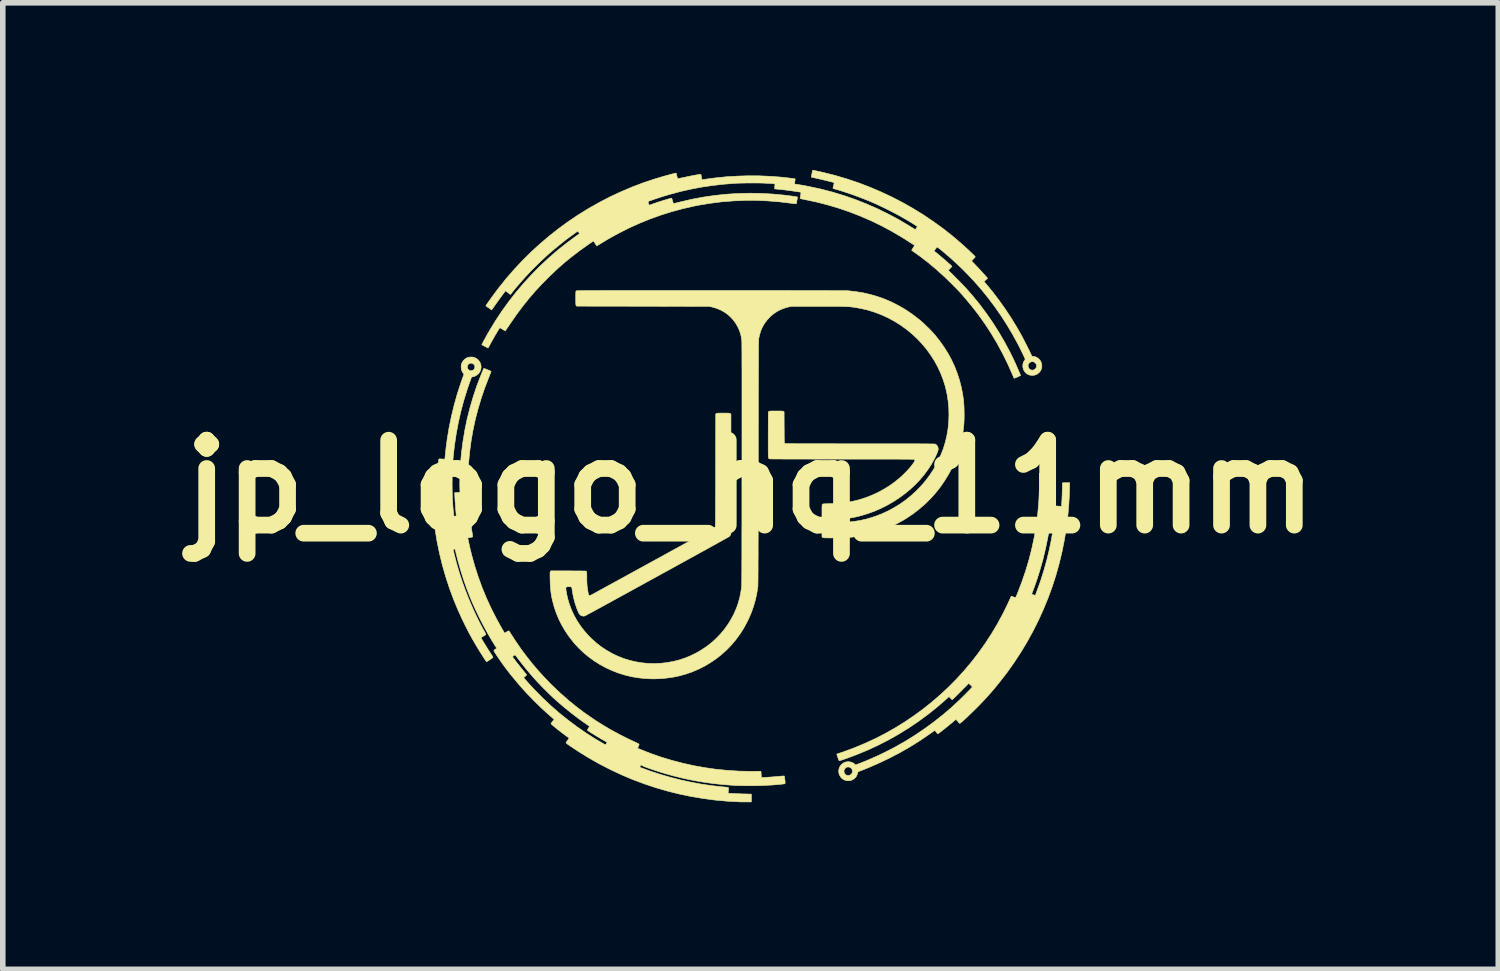
<source format=kicad_pcb>
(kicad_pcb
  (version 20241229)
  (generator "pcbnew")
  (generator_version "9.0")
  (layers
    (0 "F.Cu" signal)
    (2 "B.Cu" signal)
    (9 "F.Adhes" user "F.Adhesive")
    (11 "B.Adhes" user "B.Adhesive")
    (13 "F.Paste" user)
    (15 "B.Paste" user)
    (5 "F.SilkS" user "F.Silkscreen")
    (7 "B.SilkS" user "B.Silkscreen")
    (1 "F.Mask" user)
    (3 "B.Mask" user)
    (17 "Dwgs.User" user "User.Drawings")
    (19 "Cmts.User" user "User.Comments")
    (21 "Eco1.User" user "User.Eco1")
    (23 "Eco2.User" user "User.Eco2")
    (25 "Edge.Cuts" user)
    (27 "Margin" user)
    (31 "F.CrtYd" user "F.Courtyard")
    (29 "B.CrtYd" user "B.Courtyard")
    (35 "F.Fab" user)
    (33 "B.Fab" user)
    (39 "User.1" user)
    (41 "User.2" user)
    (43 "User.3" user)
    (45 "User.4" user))
  (footprint "jp_logo_hq_11mm"
    (layer "F.Cu")
    (at 10.421 5.686)
    (property "Reference" "jp_logo_hq_11mm" (at 0 0 0) (layer "F.SilkS") (effects (font (size 1.524 1.524) (thickness 0.3))))
    (attr through_hole)
    (fp_poly (pts (xy 5.389 -0.678) (xy 5.39 -0.678) (xy 5.391 -0.673) (xy 5.393 -0.66) (xy 5.395 -0.642) (xy 5.397 -0.618) (xy 5.4 -0.589) (xy 5.403 -0.557) (xy 5.406 -0.523) (xy 5.409 -0.488) (xy 5.41 -0.474) (xy 5.422 -0.27) (xy 5.425 -0.065) (xy 5.421 0.142) (xy 5.41 0.349) (xy 5.39 0.554) (xy 5.363 0.758) (xy 5.338 0.906) (xy 5.296 1.11) (xy 5.248 1.311) (xy 5.191 1.51) (xy 5.148 1.647) (xy 5.136 1.681) (xy 5.124 1.717) (xy 5.11 1.755) (xy 5.097 1.794) (xy 5.083 1.83) (xy 5.071 1.864) (xy 5.06 1.893) (xy 5.051 1.915) (xy 5.049 1.922) (xy 5.049 1.926) (xy 5.055 1.931) (xy 5.067 1.936) (xy 5.078 1.941) (xy 5.093 1.946) (xy 5.104 1.95) (xy 5.111 1.951) (xy 5.111 1.951) (xy 5.114 1.946) (xy 5.118 1.934) (xy 5.125 1.917) (xy 5.133 1.895) (xy 5.143 1.869) (xy 5.153 1.84) (xy 5.164 1.81) (xy 5.175 1.779) (xy 5.186 1.75) (xy 5.196 1.722) (xy 5.204 1.697) (xy 5.212 1.675) (xy 5.213 1.672) (xy 5.268 1.496) (xy 5.318 1.317) (xy 5.362 1.135) (xy 5.4 0.953) (xy 5.431 0.772) (xy 5.456 0.593) (xy 5.472 0.445) (xy 5.474 0.419) (xy 5.476 0.396) (xy 5.478 0.377) (xy 5.48 0.363) (xy 5.481 0.356) (xy 5.483 0.346) (xy 5.533 0.349) (xy 5.584 0.352) (xy 5.584 0.342) (xy 5.584 0.335) (xy 5.585 0.32) (xy 5.586 0.301) (xy 5.587 0.278) (xy 5.588 0.265) (xy 5.59 0.242) (xy 5.591 0.214) (xy 5.592 0.18) (xy 5.594 0.144) (xy 5.595 0.106) (xy 5.596 0.069) (xy 5.596 0.064) (xy 5.599 -0.07) (xy 5.729 -0.072) (xy 5.726 0.041) (xy 5.721 0.189) (xy 5.713 0.331) (xy 5.701 0.47) (xy 5.687 0.606) (xy 5.67 0.732) (xy 5.635 0.95) (xy 5.592 1.165) (xy 5.541 1.378) (xy 5.482 1.589) (xy 5.415 1.797) (xy 5.34 2.001) (xy 5.257 2.203) (xy 5.167 2.401) (xy 5.069 2.596) (xy 4.964 2.787) (xy 4.851 2.974) (xy 4.732 3.156) (xy 4.605 3.335) (xy 4.47 3.509) (xy 4.47 3.509) (xy 4.4 3.595) (xy 4.331 3.677) (xy 4.261 3.756) (xy 4.189 3.835) (xy 4.112 3.915) (xy 4.083 3.945) (xy 4.056 3.972) (xy 4.027 4.001) (xy 3.996 4.031) (xy 3.965 4.061) (xy 3.934 4.091) (xy 3.904 4.12) (xy 3.874 4.147) (xy 3.847 4.172) (xy 3.822 4.195) (xy 3.8 4.215) (xy 3.782 4.23) (xy 3.768 4.242) (xy 3.759 4.248) (xy 3.756 4.25) (xy 3.752 4.246) (xy 3.743 4.237) (xy 3.732 4.225) (xy 3.72 4.212) (xy 3.689 4.175) (xy 3.659 4.2) (xy 3.636 4.22) (xy 3.61 4.242) (xy 3.581 4.265) (xy 3.552 4.289) (xy 3.522 4.313) (xy 3.493 4.337) (xy 3.465 4.359) (xy 3.438 4.38) (xy 3.415 4.398) (xy 3.394 4.414) (xy 3.378 4.426) (xy 3.367 4.433) (xy 3.362 4.437) (xy 3.361 4.437) (xy 3.358 4.433) (xy 3.35 4.425) (xy 3.34 4.412) (xy 3.334 4.405) (xy 3.321 4.388) (xy 3.311 4.379) (xy 3.306 4.376) (xy 3.305 4.376) (xy 3.3 4.379) (xy 3.289 4.387) (xy 3.274 4.397) (xy 3.256 4.411) (xy 3.235 4.426) (xy 3.232 4.427) (xy 3.056 4.548) (xy 2.875 4.662) (xy 2.689 4.769) (xy 2.498 4.869) (xy 2.303 4.962) (xy 2.105 5.048) (xy 2.003 5.089) (xy 1.929 5.117) (xy 1.922 5.144) (xy 1.911 5.176) (xy 1.897 5.203) (xy 1.877 5.227) (xy 1.876 5.228) (xy 1.847 5.251) (xy 1.814 5.268) (xy 1.779 5.277) (xy 1.743 5.278) (xy 1.71 5.273) (xy 1.674 5.259) (xy 1.643 5.238) (xy 1.618 5.211) (xy 1.599 5.179) (xy 1.589 5.154) (xy 1.584 5.122) (xy 1.584 5.111) (xy 1.677 5.111) (xy 1.68 5.126) (xy 1.691 5.15) (xy 1.707 5.168) (xy 1.727 5.179) (xy 1.75 5.183) (xy 1.775 5.18) (xy 1.791 5.173) (xy 1.809 5.16) (xy 1.823 5.14) (xy 1.829 5.118) (xy 1.83 5.109) (xy 1.826 5.083) (xy 1.816 5.061) (xy 1.798 5.045) (xy 1.781 5.036) (xy 1.757 5.03) (xy 1.735 5.032) (xy 1.725 5.036) (xy 1.705 5.049) (xy 1.69 5.068) (xy 1.68 5.089) (xy 1.677 5.111) (xy 1.584 5.111) (xy 1.584 5.088) (xy 1.591 5.055) (xy 1.6 5.032) (xy 1.619 5.001) (xy 1.646 4.974) (xy 1.677 4.954) (xy 1.68 4.952) (xy 1.711 4.941) (xy 1.745 4.936) (xy 1.78 4.938) (xy 1.813 4.946) (xy 1.843 4.959) (xy 1.869 4.978) (xy 1.873 4.982) (xy 1.885 4.995) (xy 1.917 4.983) (xy 1.992 4.954) (xy 2.072 4.922) (xy 2.156 4.886) (xy 2.242 4.848) (xy 2.328 4.808) (xy 2.413 4.767) (xy 2.496 4.725) (xy 2.574 4.685) (xy 2.611 4.664) (xy 2.789 4.563) (xy 2.963 4.454) (xy 3.132 4.339) (xy 3.298 4.218) (xy 3.458 4.091) (xy 3.612 3.959) (xy 3.759 3.822) (xy 3.9 3.682) (xy 3.901 3.68) (xy 3.922 3.659) (xy 3.941 3.639) (xy 3.957 3.622) (xy 3.969 3.608) (xy 3.978 3.599) (xy 3.981 3.596) (xy 3.979 3.591) (xy 3.972 3.582) (xy 3.96 3.57) (xy 3.95 3.56) (xy 3.916 3.53) (xy 3.793 3.655) (xy 3.765 3.683) (xy 3.739 3.709) (xy 3.714 3.734) (xy 3.691 3.757) (xy 3.672 3.776) (xy 3.657 3.79) (xy 3.647 3.8) (xy 3.644 3.802) (xy 3.619 3.824) (xy 3.591 3.796) (xy 3.563 3.768) (xy 3.506 3.82) (xy 3.345 3.959) (xy 3.18 4.091) (xy 3.011 4.215) (xy 2.837 4.332) (xy 2.659 4.442) (xy 2.477 4.545) (xy 2.291 4.64) (xy 2.101 4.728) (xy 1.907 4.808) (xy 1.748 4.868) (xy 1.708 4.882) (xy 1.676 4.893) (xy 1.65 4.902) (xy 1.63 4.909) (xy 1.615 4.913) (xy 1.604 4.916) (xy 1.597 4.918) (xy 1.593 4.918) (xy 1.591 4.918) (xy 1.589 4.914) (xy 1.584 4.904) (xy 1.578 4.889) (xy 1.572 4.871) (xy 1.565 4.852) (xy 1.559 4.833) (xy 1.554 4.817) (xy 1.551 4.806) (xy 1.549 4.8) (xy 1.553 4.797) (xy 1.561 4.795) (xy 1.568 4.792) (xy 1.582 4.788) (xy 1.602 4.781) (xy 1.625 4.774) (xy 1.651 4.765) (xy 1.666 4.76) (xy 1.86 4.688) (xy 2.05 4.609) (xy 2.237 4.523) (xy 2.419 4.43) (xy 2.597 4.329) (xy 2.77 4.222) (xy 2.938 4.108) (xy 3.102 3.988) (xy 3.261 3.861) (xy 3.414 3.729) (xy 3.562 3.59) (xy 3.705 3.445) (xy 3.841 3.295) (xy 3.972 3.139) (xy 4.096 2.978) (xy 4.214 2.812) (xy 4.326 2.64) (xy 4.431 2.464) (xy 4.529 2.283) (xy 4.62 2.098) (xy 4.646 2.04) (xy 4.657 2.017) (xy 4.666 1.997) (xy 4.673 1.981) (xy 4.678 1.969) (xy 4.681 1.965) (xy 4.681 1.965) (xy 4.685 1.965) (xy 4.695 1.969) (xy 4.709 1.975) (xy 4.719 1.979) (xy 4.735 1.985) (xy 4.748 1.989) (xy 4.757 1.991) (xy 4.759 1.991) (xy 4.761 1.986) (xy 4.766 1.975) (xy 4.774 1.958) (xy 4.783 1.937) (xy 4.793 1.912) (xy 4.796 1.903) (xy 4.872 1.707) (xy 4.939 1.51) (xy 4.998 1.312) (xy 5.049 1.112) (xy 5.092 0.911) (xy 5.127 0.707) (xy 5.154 0.5) (xy 5.171 0.32) (xy 5.175 0.26) (xy 5.178 0.195) (xy 5.181 0.127) (xy 5.183 0.059) (xy 5.185 -0.007) (xy 5.185 -0.07) (xy 5.185 -0.125) (xy 5.183 -0.24) (xy 5.239 -0.243) (xy 5.295 -0.246) (xy 5.293 -0.279) (xy 5.291 -0.315) (xy 5.289 -0.355) (xy 5.286 -0.398) (xy 5.283 -0.442) (xy 5.28 -0.484) (xy 5.277 -0.524) (xy 5.274 -0.559) (xy 5.271 -0.587) (xy 5.271 -0.591) (xy 5.269 -0.614) (xy 5.267 -0.635) (xy 5.265 -0.651) (xy 5.265 -0.661) (xy 5.265 -0.665) (xy 5.27 -0.666) (xy 5.281 -0.668) (xy 5.297 -0.67) (xy 5.316 -0.672) (xy 5.336 -0.674) (xy 5.355 -0.676) (xy 5.372 -0.678) (xy 5.384 -0.678) (xy 5.389 -0.678)) (stroke (width 0.01) (type solid)) (fill yes) (layer "F.SilkS"))
    (fp_poly (pts (xy -5.004 -2.328) (xy -4.983 -2.326) (xy -4.967 -2.323) (xy -4.953 -2.318) (xy -4.938 -2.311) (xy -4.905 -2.291) (xy -4.879 -2.266) (xy -4.858 -2.237) (xy -4.844 -2.205) (xy -4.837 -2.171) (xy -4.836 -2.136) (xy -4.842 -2.101) (xy -4.855 -2.068) (xy -4.875 -2.037) (xy -4.892 -2.019) (xy -4.923 -1.996) (xy -4.958 -1.979) (xy -4.983 -1.973) (xy -4.995 -1.97) (xy -5.004 -1.968) (xy -5.006 -1.967) (xy -5.008 -1.963) (xy -5.013 -1.951) (xy -5.019 -1.934) (xy -5.027 -1.912) (xy -5.036 -1.887) (xy -5.046 -1.859) (xy -5.056 -1.83) (xy -5.066 -1.801) (xy -5.076 -1.773) (xy -5.084 -1.748) (xy -5.145 -1.553) (xy -5.198 -1.355) (xy -5.244 -1.153) (xy -5.282 -0.949) (xy -5.313 -0.744) (xy -5.336 -0.539) (xy -5.342 -0.461) (xy -5.346 -0.403) (xy -5.35 -0.347) (xy -5.352 -0.29) (xy -5.354 -0.231) (xy -5.355 -0.169) (xy -5.355 -0.101) (xy -5.356 -0.059) (xy -5.355 0.021) (xy -5.354 0.094) (xy -5.352 0.163) (xy -5.349 0.229) (xy -5.345 0.293) (xy -5.341 0.358) (xy -5.335 0.426) (xy -5.332 0.457) (xy -5.329 0.479) (xy -5.328 0.499) (xy -5.326 0.514) (xy -5.326 0.522) (xy -5.326 0.524) (xy -5.322 0.527) (xy -5.313 0.529) (xy -5.301 0.529) (xy -5.291 0.528) (xy -5.285 0.526) (xy -5.283 0.522) (xy -5.283 0.511) (xy -5.284 0.494) (xy -5.286 0.47) (xy -5.288 0.447) (xy -5.291 0.416) (xy -5.294 0.381) (xy -5.296 0.344) (xy -5.299 0.306) (xy -5.302 0.268) (xy -5.304 0.232) (xy -5.306 0.199) (xy -5.308 0.171) (xy -5.308 0.148) (xy -5.309 0.136) (xy -5.309 0.106) (xy -5.288 0.106) (xy -5.272 0.105) (xy -5.253 0.104) (xy -5.241 0.103) (xy -5.215 0.1) (xy -5.217 0.019) (xy -5.218 -0.01) (xy -5.218 -0.046) (xy -5.218 -0.087) (xy -5.217 -0.133) (xy -5.216 -0.18) (xy -5.215 -0.229) (xy -5.213 -0.277) (xy -5.211 -0.323) (xy -5.209 -0.366) (xy -5.207 -0.392) (xy -5.189 -0.601) (xy -5.162 -0.808) (xy -5.128 -1.013) (xy -5.086 -1.217) (xy -5.035 -1.418) (xy -4.977 -1.616) (xy -4.912 -1.811) (xy -4.838 -2.003) (xy -4.824 -2.039) (xy -4.814 -2.061) (xy -4.806 -2.081) (xy -4.799 -2.098) (xy -4.795 -2.109) (xy -4.793 -2.113) (xy -4.788 -2.121) (xy -4.785 -2.123) (xy -4.779 -2.122) (xy -4.768 -2.118) (xy -4.752 -2.113) (xy -4.733 -2.105) (xy -4.714 -2.097) (xy -4.695 -2.089) (xy -4.678 -2.081) (xy -4.665 -2.075) (xy -4.658 -2.07) (xy -4.657 -2.069) (xy -4.658 -2.064) (xy -4.662 -2.052) (xy -4.669 -2.035) (xy -4.678 -2.013) (xy -4.687 -1.988) (xy -4.694 -1.971) (xy -4.768 -1.779) (xy -4.833 -1.589) (xy -4.89 -1.398) (xy -4.94 -1.207) (xy -4.981 -1.015) (xy -5.015 -0.821) (xy -5.041 -0.624) (xy -5.06 -0.425) (xy -5.067 -0.301) (xy -5.069 -0.265) (xy -5.07 -0.223) (xy -5.071 -0.176) (xy -5.072 -0.124) (xy -5.072 -0.071) (xy -5.072 -0.017) (xy -5.071 0.036) (xy -5.071 0.086) (xy -5.07 0.132) (xy -5.068 0.172) (xy -5.067 0.195) (xy -5.054 0.389) (xy -5.033 0.58) (xy -5.006 0.769) (xy -4.999 0.808) (xy -4.994 0.838) (xy -4.991 0.861) (xy -4.988 0.877) (xy -4.988 0.889) (xy -4.988 0.896) (xy -4.989 0.9) (xy -4.992 0.903) (xy -4.994 0.903) (xy -5.001 0.905) (xy -5.012 0.907) (xy -5.028 0.91) (xy -5.044 0.913) (xy -5.058 0.916) (xy -5.069 0.918) (xy -5.074 0.919) (xy -5.073 0.923) (xy -5.072 0.934) (xy -5.068 0.951) (xy -5.064 0.974) (xy -5.058 1) (xy -5.051 1.03) (xy -5.044 1.062) (xy -5.037 1.095) (xy -5.029 1.128) (xy -5.021 1.16) (xy -5.014 1.19) (xy -5.007 1.218) (xy -5.006 1.223) (xy -4.95 1.423) (xy -4.887 1.62) (xy -4.816 1.814) (xy -4.737 2.005) (xy -4.651 2.192) (xy -4.557 2.375) (xy -4.518 2.447) (xy -4.504 2.472) (xy -4.489 2.499) (xy -4.473 2.526) (xy -4.459 2.552) (xy -4.445 2.575) (xy -4.433 2.596) (xy -4.423 2.613) (xy -4.416 2.624) (xy -4.413 2.628) (xy -4.41 2.626) (xy -4.4 2.621) (xy -4.387 2.613) (xy -4.378 2.607) (xy -4.362 2.598) (xy -4.349 2.592) (xy -4.34 2.588) (xy -4.338 2.588) (xy -4.334 2.592) (xy -4.326 2.602) (xy -4.317 2.616) (xy -4.306 2.633) (xy -4.306 2.634) (xy -4.289 2.661) (xy -4.268 2.693) (xy -4.244 2.729) (xy -4.219 2.767) (xy -4.193 2.806) (xy -4.167 2.843) (xy -4.143 2.879) (xy -4.121 2.91) (xy -4.109 2.927) (xy -4.013 3.055) (xy -3.916 3.177) (xy -3.816 3.295) (xy -3.711 3.411) (xy -3.601 3.526) (xy -3.551 3.575) (xy -3.412 3.707) (xy -3.27 3.832) (xy -3.124 3.951) (xy -2.974 4.064) (xy -2.817 4.172) (xy -2.748 4.218) (xy -2.62 4.297) (xy -2.486 4.375) (xy -2.347 4.45) (xy -2.206 4.521) (xy -2.075 4.583) (xy -2.052 4.593) (xy -2.032 4.603) (xy -2.015 4.612) (xy -2.004 4.618) (xy -2 4.621) (xy -1.999 4.621) (xy -2 4.627) (xy -2.004 4.639) (xy -2.009 4.654) (xy -2.012 4.66) (xy -2.027 4.694) (xy -1.982 4.713) (xy -1.796 4.787) (xy -1.607 4.853) (xy -1.413 4.912) (xy -1.217 4.963) (xy -1.019 5.007) (xy -0.818 5.043) (xy -0.616 5.072) (xy -0.413 5.092) (xy -0.209 5.105) (xy -0.006 5.109) (xy 0.066 5.109) (xy 0.188 5.108) (xy 0.191 5.154) (xy 0.192 5.174) (xy 0.193 5.192) (xy 0.194 5.205) (xy 0.194 5.211) (xy 0.195 5.221) (xy 0.253 5.218) (xy 0.291 5.216) (xy 0.335 5.213) (xy 0.382 5.21) (xy 0.431 5.206) (xy 0.479 5.202) (xy 0.522 5.198) (xy 0.539 5.196) (xy 0.562 5.194) (xy 0.581 5.193) (xy 0.596 5.192) (xy 0.604 5.193) (xy 0.606 5.193) (xy 0.608 5.199) (xy 0.61 5.211) (xy 0.613 5.227) (xy 0.615 5.247) (xy 0.618 5.268) (xy 0.62 5.288) (xy 0.621 5.306) (xy 0.622 5.319) (xy 0.621 5.326) (xy 0.621 5.326) (xy 0.615 5.331) (xy 0.603 5.335) (xy 0.598 5.335) (xy 0.538 5.342) (xy 0.471 5.348) (xy 0.398 5.354) (xy 0.32 5.358) (xy 0.24 5.362) (xy 0.157 5.365) (xy 0.074 5.367) (xy -0.008 5.367) (xy -0.088 5.367) (xy -0.165 5.366) (xy -0.237 5.364) (xy -0.274 5.362) (xy -0.465 5.349) (xy -0.651 5.33) (xy -0.834 5.305) (xy -1.014 5.274) (xy -1.194 5.237) (xy -1.373 5.193) (xy -1.53 5.15) (xy -1.565 5.139) (xy -1.602 5.128) (xy -1.641 5.116) (xy -1.681 5.103) (xy -1.72 5.09) (xy -1.759 5.077) (xy -1.796 5.064) (xy -1.83 5.052) (xy -1.862 5.041) (xy -1.889 5.031) (xy -1.911 5.022) (xy -1.928 5.015) (xy -1.938 5.01) (xy -1.941 5.008) (xy -1.941 5.004) (xy -1.946 5.001) (xy -1.958 4.998) (xy -1.966 4.997) (xy -1.971 4.999) (xy -1.976 5.006) (xy -1.979 5.014) (xy -1.983 5.026) (xy -1.985 5.034) (xy -1.985 5.036) (xy -1.98 5.038) (xy -1.968 5.043) (xy -1.95 5.05) (xy -1.927 5.058) (xy -1.901 5.068) (xy -1.871 5.079) (xy -1.84 5.09) (xy -1.809 5.101) (xy -1.78 5.111) (xy -1.608 5.167) (xy -1.432 5.218) (xy -1.253 5.264) (xy -1.072 5.303) (xy -0.891 5.337) (xy -0.712 5.364) (xy -0.535 5.384) (xy -0.471 5.39) (xy -0.448 5.392) (xy -0.428 5.394) (xy -0.412 5.396) (xy -0.402 5.398) (xy -0.4 5.399) (xy -0.397 5.403) (xy -0.396 5.408) (xy -0.395 5.418) (xy -0.396 5.433) (xy -0.398 5.452) (xy -0.399 5.471) (xy -0.4 5.487) (xy -0.401 5.498) (xy -0.401 5.502) (xy -0.396 5.502) (xy -0.384 5.503) (xy -0.366 5.504) (xy -0.342 5.505) (xy -0.315 5.507) (xy -0.284 5.508) (xy -0.251 5.51) (xy -0.217 5.511) (xy -0.184 5.512) (xy -0.151 5.514) (xy -0.121 5.515) (xy -0.095 5.515) (xy -0.093 5.515) (xy 0.015 5.518) (xy 0.015 5.658) (xy -0.074 5.658) (xy -0.103 5.658) (xy -0.131 5.658) (xy -0.157 5.658) (xy -0.179 5.658) (xy -0.194 5.657) (xy -0.195 5.657) (xy -0.416 5.645) (xy -0.636 5.625) (xy -0.854 5.596) (xy -1.07 5.56) (xy -1.284 5.515) (xy -1.496 5.462) (xy -1.705 5.401) (xy -1.911 5.332) (xy -2.115 5.256) (xy -2.315 5.171) (xy -2.513 5.078) (xy -2.708 4.978) (xy -2.899 4.87) (xy -3.087 4.754) (xy -3.233 4.657) (xy -3.26 4.639) (xy -3.281 4.623) (xy -3.297 4.611) (xy -3.307 4.602) (xy -3.31 4.597) (xy -3.308 4.591) (xy -3.302 4.58) (xy -3.292 4.565) (xy -3.283 4.551) (xy -3.272 4.536) (xy -3.263 4.523) (xy -3.257 4.514) (xy -3.256 4.511) (xy -3.284 4.491) (xy -3.315 4.469) (xy -3.346 4.445) (xy -3.379 4.421) (xy -3.411 4.396) (xy -3.442 4.372) (xy -3.472 4.348) (xy -3.5 4.326) (xy -3.525 4.305) (xy -3.546 4.287) (xy -3.563 4.273) (xy -3.574 4.262) (xy -3.58 4.255) (xy -3.581 4.254) (xy -3.578 4.247) (xy -3.571 4.235) (xy -3.559 4.219) (xy -3.553 4.212) (xy -3.524 4.177) (xy -3.59 4.12) (xy -3.744 3.981) (xy -3.892 3.836) (xy -4.036 3.687) (xy -4.172 3.533) (xy -4.302 3.376) (xy -4.403 3.245) (xy -4.43 3.208) (xy -4.457 3.171) (xy -4.483 3.134) (xy -4.507 3.099) (xy -4.53 3.065) (xy -4.539 3.052) (xy -4.271 3.052) (xy -4.269 3.057) (xy -4.262 3.068) (xy -4.25 3.083) (xy -4.235 3.103) (xy -4.218 3.126) (xy -4.198 3.152) (xy -4.177 3.179) (xy -4.154 3.207) (xy -4.132 3.236) (xy -4.109 3.264) (xy -4.088 3.29) (xy -4.068 3.314) (xy -4.051 3.335) (xy -4.042 3.346) (xy -4.031 3.359) (xy -4.023 3.37) (xy -4.018 3.376) (xy -4.017 3.378) (xy -4.02 3.382) (xy -4.029 3.39) (xy -4.04 3.4) (xy -4.045 3.404) (xy -4.058 3.416) (xy -4.066 3.423) (xy -4.068 3.429) (xy -4.067 3.433) (xy -4.067 3.433) (xy -4.053 3.45) (xy -4.034 3.471) (xy -4.012 3.496) (xy -3.987 3.524) (xy -3.96 3.554) (xy -3.933 3.584) (xy -3.906 3.613) (xy -3.881 3.64) (xy -3.866 3.655) (xy -3.728 3.795) (xy -3.583 3.931) (xy -3.432 4.063) (xy -3.275 4.189) (xy -3.113 4.31) (xy -2.946 4.425) (xy -2.809 4.513) (xy -2.789 4.525) (xy -2.766 4.539) (xy -2.741 4.554) (xy -2.715 4.569) (xy -2.69 4.584) (xy -2.666 4.598) (xy -2.644 4.61) (xy -2.626 4.621) (xy -2.611 4.629) (xy -2.603 4.633) (xy -2.601 4.634) (xy -2.598 4.63) (xy -2.593 4.621) (xy -2.587 4.61) (xy -2.575 4.587) (xy -2.651 4.543) (xy -2.68 4.527) (xy -2.713 4.507) (xy -2.748 4.486) (xy -2.782 4.466) (xy -2.811 4.447) (xy -2.843 4.428) (xy -2.868 4.412) (xy -2.887 4.4) (xy -2.902 4.39) (xy -2.912 4.383) (xy -2.919 4.378) (xy -2.923 4.375) (xy -2.926 4.373) (xy -2.927 4.371) (xy -2.927 4.37) (xy -2.926 4.364) (xy -2.921 4.354) (xy -2.913 4.34) (xy -2.908 4.333) (xy -2.888 4.302) (xy -2.963 4.25) (xy -3.092 4.158) (xy -3.22 4.06) (xy -3.346 3.958) (xy -3.467 3.855) (xy -3.533 3.795) (xy -3.561 3.769) (xy -3.594 3.737) (xy -3.63 3.702) (xy -3.668 3.664) (xy -3.707 3.626) (xy -3.745 3.587) (xy -3.781 3.549) (xy -3.815 3.514) (xy -3.844 3.483) (xy -3.862 3.463) (xy -3.901 3.42) (xy -3.941 3.373) (xy -3.983 3.324) (xy -4.025 3.274) (xy -4.065 3.224) (xy -4.104 3.175) (xy -4.14 3.129) (xy -4.172 3.087) (xy -4.198 3.052) (xy -4.209 3.038) (xy -4.218 3.026) (xy -4.224 3.02) (xy -4.226 3.018) (xy -4.231 3.021) (xy -4.24 3.027) (xy -4.251 3.034) (xy -4.261 3.042) (xy -4.269 3.049) (xy -4.271 3.052) (xy -4.539 3.052) (xy -4.551 3.035) (xy -4.569 3.007) (xy -4.584 2.984) (xy -4.596 2.965) (xy -4.603 2.951) (xy -4.606 2.944) (xy -4.606 2.944) (xy -4.603 2.936) (xy -4.595 2.928) (xy -4.581 2.917) (xy -4.58 2.917) (xy -4.555 2.899) (xy -4.571 2.875) (xy -4.646 2.755) (xy -4.72 2.627) (xy -4.792 2.495) (xy -4.862 2.36) (xy -4.928 2.224) (xy -4.989 2.089) (xy -5.036 1.977) (xy -5.098 1.816) (xy -5.156 1.65) (xy -5.209 1.479) (xy -5.257 1.307) (xy -5.287 1.185) (xy -5.303 1.12) (xy -5.319 1.121) (xy -5.33 1.122) (xy -5.337 1.123) (xy -5.337 1.124) (xy -5.337 1.128) (xy -5.334 1.14) (xy -5.33 1.158) (xy -5.325 1.181) (xy -5.318 1.208) (xy -5.311 1.238) (xy -5.303 1.271) (xy -5.294 1.304) (xy -5.285 1.338) (xy -5.277 1.37) (xy -5.268 1.401) (xy -5.261 1.428) (xy -5.258 1.437) (xy -5.216 1.577) (xy -5.169 1.719) (xy -5.117 1.862) (xy -5.061 2.004) (xy -5.001 2.145) (xy -4.939 2.282) (xy -4.875 2.414) (xy -4.809 2.54) (xy -4.768 2.612) (xy -4.76 2.628) (xy -4.754 2.641) (xy -4.75 2.649) (xy -4.75 2.651) (xy -4.753 2.656) (xy -4.764 2.664) (xy -4.779 2.674) (xy -4.793 2.682) (xy -4.81 2.692) (xy -4.824 2.7) (xy -4.834 2.705) (xy -4.838 2.708) (xy -4.837 2.712) (xy -4.831 2.722) (xy -4.822 2.738) (xy -4.81 2.758) (xy -4.796 2.782) (xy -4.78 2.809) (xy -4.762 2.838) (xy -4.743 2.868) (xy -4.724 2.899) (xy -4.706 2.929) (xy -4.687 2.958) (xy -4.67 2.984) (xy -4.655 3.008) (xy -4.647 3.019) (xy -4.637 3.035) (xy -4.629 3.049) (xy -4.624 3.058) (xy -4.623 3.062) (xy -4.626 3.066) (xy -4.635 3.074) (xy -4.648 3.084) (xy -4.664 3.095) (xy -4.682 3.108) (xy -4.699 3.119) (xy -4.714 3.129) (xy -4.727 3.137) (xy -4.735 3.141) (xy -4.736 3.141) (xy -4.74 3.138) (xy -4.748 3.129) (xy -4.758 3.115) (xy -4.77 3.098) (xy -4.774 3.091) (xy -4.854 2.966) (xy -4.928 2.844) (xy -4.997 2.725) (xy -5.062 2.606) (xy -5.123 2.486) (xy -5.182 2.363) (xy -5.24 2.237) (xy -5.248 2.219) (xy -5.331 2.019) (xy -5.406 1.815) (xy -5.473 1.609) (xy -5.533 1.4) (xy -5.584 1.188) (xy -5.628 0.974) (xy -5.663 0.758) (xy -5.69 0.54) (xy -5.708 0.332) (xy -5.71 0.307) (xy -5.712 0.277) (xy -5.713 0.244) (xy -5.715 0.208) (xy -5.717 0.17) (xy -5.718 0.132) (xy -5.719 0.095) (xy -5.721 0.059) (xy -5.721 0.026) (xy -5.722 -0.004) (xy -5.723 -0.03) (xy -5.723 -0.05) (xy -5.723 -0.063) (xy -5.722 -0.07) (xy -5.722 -0.07) (xy -5.72 -0.072) (xy -5.714 -0.074) (xy -5.704 -0.075) (xy -5.688 -0.076) (xy -5.667 -0.076) (xy -5.614 -0.076) (xy -5.612 -0.181) (xy -5.61 -0.215) (xy -5.609 -0.251) (xy -5.608 -0.288) (xy -5.606 -0.325) (xy -5.604 -0.361) (xy -5.602 -0.394) (xy -5.6 -0.425) (xy -5.599 -0.451) (xy -5.597 -0.472) (xy -5.595 -0.487) (xy -5.594 -0.495) (xy -5.594 -0.496) (xy -5.588 -0.498) (xy -5.575 -0.499) (xy -5.553 -0.498) (xy -5.539 -0.497) (xy -5.487 -0.494) (xy -5.485 -0.506) (xy -5.484 -0.517) (xy -5.482 -0.532) (xy -5.48 -0.55) (xy -5.48 -0.552) (xy -5.478 -0.578) (xy -5.474 -0.611) (xy -5.47 -0.648) (xy -5.466 -0.689) (xy -5.461 -0.731) (xy -5.455 -0.773) (xy -5.45 -0.812) (xy -5.445 -0.848) (xy -5.444 -0.858) (xy -5.41 -1.061) (xy -5.368 -1.264) (xy -5.319 -1.466) (xy -5.263 -1.666) (xy -5.199 -1.862) (xy -5.165 -1.959) (xy -5.143 -2.019) (xy -5.158 -2.04) (xy -5.175 -2.066) (xy -5.185 -2.091) (xy -5.191 -2.118) (xy -5.193 -2.138) (xy -5.193 -2.16) (xy -5.083 -2.16) (xy -5.082 -2.136) (xy -5.073 -2.114) (xy -5.061 -2.1) (xy -5.042 -2.086) (xy -5.02 -2.081) (xy -4.997 -2.084) (xy -4.982 -2.09) (xy -4.965 -2.103) (xy -4.954 -2.121) (xy -4.948 -2.141) (xy -4.948 -2.163) (xy -4.956 -2.184) (xy -4.96 -2.19) (xy -4.972 -2.202) (xy -4.989 -2.211) (xy -5.007 -2.217) (xy -5.016 -2.218) (xy -5.037 -2.214) (xy -5.057 -2.204) (xy -5.072 -2.187) (xy -5.081 -2.168) (xy -5.083 -2.16) (xy -5.193 -2.16) (xy -5.193 -2.175) (xy -5.186 -2.208) (xy -5.172 -2.238) (xy -5.151 -2.267) (xy -5.146 -2.272) (xy -5.118 -2.297) (xy -5.087 -2.315) (xy -5.052 -2.325) (xy -5.012 -2.328) (xy -5.004 -2.328)) (stroke (width 0.01) (type solid)) (fill yes) (layer "F.SilkS"))
    (fp_poly (pts (xy 1.121 -5.68) (xy 1.133 -5.678) (xy 1.151 -5.674) (xy 1.172 -5.67) (xy 1.197 -5.665) (xy 1.222 -5.659) (xy 1.248 -5.654) (xy 1.272 -5.648) (xy 1.293 -5.644) (xy 1.304 -5.641) (xy 1.516 -5.588) (xy 1.725 -5.526) (xy 1.932 -5.457) (xy 2.136 -5.379) (xy 2.336 -5.294) (xy 2.533 -5.202) (xy 2.727 -5.102) (xy 2.916 -4.995) (xy 3.101 -4.881) (xy 3.282 -4.759) (xy 3.459 -4.631) (xy 3.63 -4.496) (xy 3.774 -4.373) (xy 3.804 -4.346) (xy 3.835 -4.319) (xy 3.866 -4.29) (xy 3.896 -4.263) (xy 3.925 -4.236) (xy 3.952 -4.21) (xy 3.976 -4.187) (xy 3.997 -4.167) (xy 4.014 -4.15) (xy 4.026 -4.137) (xy 4.033 -4.128) (xy 4.034 -4.126) (xy 4.032 -4.121) (xy 4.024 -4.112) (xy 4.013 -4.1) (xy 4.001 -4.087) (xy 3.967 -4.053) (xy 4.048 -3.969) (xy 4.07 -3.945) (xy 4.094 -3.92) (xy 4.118 -3.894) (xy 4.143 -3.867) (xy 4.166 -3.841) (xy 4.188 -3.817) (xy 4.209 -3.795) (xy 4.226 -3.775) (xy 4.239 -3.76) (xy 4.249 -3.749) (xy 4.253 -3.743) (xy 4.254 -3.742) (xy 4.251 -3.738) (xy 4.244 -3.73) (xy 4.232 -3.719) (xy 4.223 -3.711) (xy 4.191 -3.683) (xy 4.231 -3.637) (xy 4.347 -3.496) (xy 4.46 -3.347) (xy 4.57 -3.193) (xy 4.675 -3.034) (xy 4.775 -2.871) (xy 4.847 -2.745) (xy 4.864 -2.715) (xy 4.883 -2.679) (xy 4.904 -2.638) (xy 4.926 -2.595) (xy 4.949 -2.551) (xy 4.971 -2.507) (xy 4.992 -2.465) (xy 5.011 -2.427) (xy 5.026 -2.394) (xy 5.031 -2.384) (xy 5.04 -2.366) (xy 5.046 -2.353) (xy 5.051 -2.346) (xy 5.055 -2.342) (xy 5.061 -2.341) (xy 5.064 -2.341) (xy 5.094 -2.337) (xy 5.125 -2.327) (xy 5.154 -2.31) (xy 5.175 -2.294) (xy 5.199 -2.267) (xy 5.216 -2.236) (xy 5.226 -2.203) (xy 5.23 -2.17) (xy 5.227 -2.136) (xy 5.217 -2.103) (xy 5.201 -2.073) (xy 5.179 -2.047) (xy 5.151 -2.025) (xy 5.132 -2.014) (xy 5.098 -2.002) (xy 5.062 -1.998) (xy 5.026 -2.001) (xy 5.004 -2.006) (xy 4.969 -2.022) (xy 4.939 -2.044) (xy 4.916 -2.072) (xy 4.9 -2.103) (xy 4.89 -2.139) (xy 4.888 -2.163) (xy 4.888 -2.167) (xy 4.983 -2.167) (xy 4.983 -2.163) (xy 4.989 -2.138) (xy 5.001 -2.118) (xy 5.02 -2.103) (xy 5.027 -2.099) (xy 5.05 -2.092) (xy 5.072 -2.093) (xy 5.092 -2.1) (xy 5.111 -2.114) (xy 5.125 -2.132) (xy 5.133 -2.153) (xy 5.134 -2.176) (xy 5.129 -2.198) (xy 5.117 -2.216) (xy 5.099 -2.233) (xy 5.079 -2.242) (xy 5.058 -2.245) (xy 5.034 -2.241) (xy 5.013 -2.229) (xy 4.995 -2.211) (xy 4.992 -2.207) (xy 4.986 -2.194) (xy 4.983 -2.182) (xy 4.983 -2.167) (xy 4.888 -2.167) (xy 4.889 -2.191) (xy 4.893 -2.215) (xy 4.901 -2.238) (xy 4.915 -2.262) (xy 4.922 -2.274) (xy 4.932 -2.289) (xy 4.894 -2.371) (xy 4.807 -2.547) (xy 4.712 -2.721) (xy 4.611 -2.892) (xy 4.503 -3.061) (xy 4.389 -3.225) (xy 4.269 -3.385) (xy 4.145 -3.538) (xy 4.118 -3.569) (xy 4.012 -3.69) (xy 3.901 -3.808) (xy 3.786 -3.924) (xy 3.669 -4.034) (xy 3.553 -4.138) (xy 3.545 -4.144) (xy 3.513 -4.172) (xy 3.482 -4.199) (xy 3.452 -4.223) (xy 3.425 -4.245) (xy 3.401 -4.264) (xy 3.381 -4.28) (xy 3.365 -4.292) (xy 3.354 -4.3) (xy 3.349 -4.302) (xy 3.348 -4.302) (xy 3.345 -4.298) (xy 3.337 -4.288) (xy 3.327 -4.275) (xy 3.32 -4.266) (xy 3.294 -4.232) (xy 3.354 -4.184) (xy 3.372 -4.169) (xy 3.394 -4.151) (xy 3.418 -4.13) (xy 3.444 -4.108) (xy 3.471 -4.085) (xy 3.498 -4.062) (xy 3.524 -4.039) (xy 3.548 -4.018) (xy 3.569 -3.999) (xy 3.587 -3.984) (xy 3.599 -3.972) (xy 3.606 -3.965) (xy 3.617 -3.954) (xy 3.584 -3.92) (xy 3.571 -3.906) (xy 3.561 -3.894) (xy 3.554 -3.886) (xy 3.552 -3.882) (xy 3.555 -3.877) (xy 3.559 -3.874) (xy 3.564 -3.87) (xy 3.574 -3.86) (xy 3.589 -3.846) (xy 3.607 -3.828) (xy 3.629 -3.807) (xy 3.653 -3.783) (xy 3.679 -3.757) (xy 3.705 -3.73) (xy 3.732 -3.703) (xy 3.759 -3.675) (xy 3.785 -3.649) (xy 3.809 -3.624) (xy 3.83 -3.602) (xy 3.848 -3.583) (xy 3.863 -3.567) (xy 3.864 -3.567) (xy 3.992 -3.421) (xy 4.116 -3.269) (xy 4.234 -3.11) (xy 4.348 -2.946) (xy 4.455 -2.777) (xy 4.557 -2.603) (xy 4.652 -2.426) (xy 4.709 -2.311) (xy 4.72 -2.287) (xy 4.733 -2.259) (xy 4.747 -2.229) (xy 4.762 -2.197) (xy 4.776 -2.164) (xy 4.79 -2.132) (xy 4.804 -2.101) (xy 4.817 -2.072) (xy 4.827 -2.047) (xy 4.836 -2.026) (xy 4.843 -2.01) (xy 4.846 -2) (xy 4.847 -1.997) (xy 4.843 -1.994) (xy 4.834 -1.989) (xy 4.819 -1.982) (xy 4.802 -1.974) (xy 4.784 -1.966) (xy 4.766 -1.959) (xy 4.75 -1.953) (xy 4.738 -1.949) (xy 4.732 -1.947) (xy 4.73 -1.951) (xy 4.725 -1.961) (xy 4.718 -1.977) (xy 4.709 -1.997) (xy 4.699 -2.02) (xy 4.699 -2.02) (xy 4.614 -2.211) (xy 4.522 -2.396) (xy 4.425 -2.576) (xy 4.321 -2.75) (xy 4.211 -2.919) (xy 4.095 -3.083) (xy 3.971 -3.242) (xy 3.856 -3.38) (xy 3.828 -3.412) (xy 3.804 -3.441) (xy 3.781 -3.466) (xy 3.758 -3.491) (xy 3.735 -3.516) (xy 3.71 -3.542) (xy 3.683 -3.57) (xy 3.651 -3.602) (xy 3.62 -3.634) (xy 3.481 -3.769) (xy 3.339 -3.897) (xy 3.196 -4.018) (xy 3.049 -4.131) (xy 2.957 -4.197) (xy 2.937 -4.211) (xy 2.92 -4.223) (xy 2.906 -4.233) (xy 2.897 -4.24) (xy 2.894 -4.242) (xy 2.895 -4.247) (xy 2.9 -4.257) (xy 2.908 -4.271) (xy 2.918 -4.287) (xy 2.929 -4.303) (xy 2.937 -4.317) (xy 2.942 -4.327) (xy 2.943 -4.331) (xy 2.937 -4.336) (xy 2.925 -4.344) (xy 2.907 -4.356) (xy 2.886 -4.37) (xy 2.861 -4.386) (xy 2.835 -4.403) (xy 2.807 -4.421) (xy 2.78 -4.439) (xy 2.754 -4.455) (xy 2.73 -4.47) (xy 2.715 -4.479) (xy 2.535 -4.585) (xy 2.352 -4.683) (xy 2.164 -4.774) (xy 1.973 -4.857) (xy 1.779 -4.932) (xy 1.581 -5) (xy 1.381 -5.059) (xy 1.179 -5.111) (xy 0.974 -5.154) (xy 0.952 -5.159) (xy 0.928 -5.163) (xy 0.911 -5.167) (xy 0.9 -5.169) (xy 0.894 -5.172) (xy 0.891 -5.175) (xy 0.891 -5.178) (xy 0.891 -5.179) (xy 0.893 -5.188) (xy 0.895 -5.202) (xy 0.898 -5.219) (xy 0.901 -5.238) (xy 0.903 -5.256) (xy 0.905 -5.27) (xy 0.906 -5.279) (xy 0.906 -5.28) (xy 0.902 -5.285) (xy 0.891 -5.288) (xy 0.888 -5.289) (xy 0.878 -5.29) (xy 0.862 -5.293) (xy 0.84 -5.296) (xy 0.815 -5.3) (xy 0.788 -5.304) (xy 0.783 -5.304) (xy 0.745 -5.31) (xy 0.703 -5.316) (xy 0.659 -5.321) (xy 0.616 -5.327) (xy 0.574 -5.331) (xy 0.536 -5.336) (xy 0.503 -5.339) (xy 0.48 -5.341) (xy 0.462 -5.342) (xy 0.448 -5.344) (xy 0.438 -5.346) (xy 0.436 -5.346) (xy 0.434 -5.351) (xy 0.434 -5.363) (xy 0.435 -5.381) (xy 0.436 -5.391) (xy 0.438 -5.414) (xy 0.438 -5.429) (xy 0.436 -5.436) (xy 0.436 -5.436) (xy 0.432 -5.437) (xy 0.424 -5.438) (xy 0.412 -5.439) (xy 0.394 -5.441) (xy 0.37 -5.442) (xy 0.34 -5.444) (xy 0.302 -5.446) (xy 0.257 -5.448) (xy 0.241 -5.449) (xy 0.208 -5.45) (xy 0.169 -5.451) (xy 0.124 -5.451) (xy 0.075 -5.452) (xy 0.024 -5.452) (xy -0.029 -5.451) (xy -0.082 -5.451) (xy -0.133 -5.45) (xy -0.182 -5.449) (xy -0.226 -5.448) (xy -0.264 -5.446) (xy -0.296 -5.444) (xy -0.298 -5.444) (xy -0.495 -5.428) (xy -0.687 -5.406) (xy -0.875 -5.378) (xy -1.06 -5.343) (xy -1.244 -5.302) (xy -1.427 -5.253) (xy -1.458 -5.245) (xy -1.489 -5.235) (xy -1.524 -5.225) (xy -1.561 -5.214) (xy -1.598 -5.202) (xy -1.636 -5.19) (xy -1.674 -5.177) (xy -1.709 -5.166) (xy -1.743 -5.154) (xy -1.772 -5.144) (xy -1.798 -5.135) (xy -1.818 -5.128) (xy -1.831 -5.122) (xy -1.838 -5.119) (xy -1.838 -5.118) (xy -1.839 -5.113) (xy -1.836 -5.102) (xy -1.832 -5.088) (xy -1.83 -5.084) (xy -1.819 -5.052) (xy -1.774 -5.068) (xy -1.746 -5.078) (xy -1.714 -5.089) (xy -1.68 -5.1) (xy -1.645 -5.112) (xy -1.609 -5.124) (xy -1.574 -5.135) (xy -1.539 -5.145) (xy -1.508 -5.155) (xy -1.479 -5.163) (xy -1.454 -5.17) (xy -1.435 -5.176) (xy -1.421 -5.179) (xy -1.415 -5.179) (xy -1.414 -5.179) (xy -1.412 -5.174) (xy -1.409 -5.163) (xy -1.404 -5.147) (xy -1.399 -5.129) (xy -1.392 -5.106) (xy -1.386 -5.091) (xy -1.382 -5.084) (xy -1.38 -5.083) (xy -1.374 -5.084) (xy -1.362 -5.087) (xy -1.343 -5.091) (xy -1.319 -5.097) (xy -1.292 -5.104) (xy -1.261 -5.111) (xy -1.253 -5.113) (xy -1.051 -5.16) (xy -0.847 -5.198) (xy -0.641 -5.228) (xy -0.434 -5.25) (xy -0.227 -5.263) (xy -0.018 -5.268) (xy 0.191 -5.265) (xy 0.4 -5.253) (xy 0.582 -5.236) (xy 0.605 -5.234) (xy 0.632 -5.23) (xy 0.661 -5.227) (xy 0.692 -5.223) (xy 0.722 -5.219) (xy 0.752 -5.215) (xy 0.779 -5.211) (xy 0.802 -5.207) (xy 0.822 -5.204) (xy 0.835 -5.202) (xy 0.841 -5.201) (xy 0.842 -5.201) (xy 0.842 -5.196) (xy 0.841 -5.185) (xy 0.838 -5.169) (xy 0.835 -5.151) (xy 0.832 -5.131) (xy 0.829 -5.112) (xy 0.826 -5.096) (xy 0.823 -5.084) (xy 0.821 -5.079) (xy 0.821 -5.079) (xy 0.816 -5.078) (xy 0.804 -5.079) (xy 0.786 -5.081) (xy 0.764 -5.083) (xy 0.738 -5.087) (xy 0.728 -5.088) (xy 0.52 -5.113) (xy 0.313 -5.13) (xy 0.106 -5.139) (xy -0.1 -5.139) (xy -0.306 -5.13) (xy -0.511 -5.114) (xy -0.715 -5.088) (xy -0.918 -5.055) (xy -1.006 -5.038) (xy -1.209 -4.992) (xy -1.409 -4.938) (xy -1.607 -4.876) (xy -1.802 -4.806) (xy -1.994 -4.728) (xy -2.184 -4.642) (xy -2.37 -4.548) (xy -2.491 -4.482) (xy -2.515 -4.468) (xy -2.543 -4.452) (xy -2.573 -4.435) (xy -2.604 -4.416) (xy -2.634 -4.398) (xy -2.663 -4.381) (xy -2.69 -4.364) (xy -2.712 -4.35) (xy -2.73 -4.34) (xy -2.738 -4.334) (xy -2.748 -4.327) (xy -2.756 -4.323) (xy -2.759 -4.322) (xy -2.762 -4.326) (xy -2.769 -4.335) (xy -2.778 -4.349) (xy -2.789 -4.366) (xy -2.79 -4.367) (xy -2.817 -4.411) (xy -2.828 -4.404) (xy -2.845 -4.393) (xy -2.867 -4.378) (xy -2.894 -4.36) (xy -2.923 -4.339) (xy -2.955 -4.317) (xy -2.988 -4.293) (xy -3.02 -4.27) (xy -3.051 -4.248) (xy -3.079 -4.228) (xy -3.09 -4.219) (xy -3.217 -4.122) (xy -3.339 -4.022) (xy -3.458 -3.918) (xy -3.575 -3.808) (xy -3.616 -3.768) (xy -3.745 -3.638) (xy -3.866 -3.507) (xy -3.981 -3.374) (xy -4.091 -3.236) (xy -4.197 -3.094) (xy -4.301 -2.944) (xy -4.323 -2.911) (xy -4.342 -2.883) (xy -4.359 -2.858) (xy -4.374 -2.836) (xy -4.387 -2.818) (xy -4.396 -2.806) (xy -4.402 -2.799) (xy -4.404 -2.798) (xy -4.409 -2.8) (xy -4.42 -2.807) (xy -4.435 -2.815) (xy -4.452 -2.826) (xy -4.469 -2.837) (xy -4.484 -2.845) (xy -4.495 -2.851) (xy -4.5 -2.853) (xy -4.5 -2.853) (xy -4.503 -2.85) (xy -4.51 -2.839) (xy -4.52 -2.823) (xy -4.533 -2.802) (xy -4.548 -2.777) (xy -4.565 -2.748) (xy -4.584 -2.717) (xy -4.603 -2.683) (xy -4.622 -2.649) (xy -4.642 -2.614) (xy -4.661 -2.58) (xy -4.679 -2.547) (xy -4.691 -2.524) (xy -4.699 -2.509) (xy -4.706 -2.498) (xy -4.711 -2.491) (xy -4.712 -2.49) (xy -4.746 -2.508) (xy -4.772 -2.521) (xy -4.793 -2.532) (xy -4.807 -2.54) (xy -4.816 -2.545) (xy -4.821 -2.549) (xy -4.822 -2.55) (xy -4.82 -2.556) (xy -4.814 -2.567) (xy -4.805 -2.585) (xy -4.794 -2.607) (xy -4.78 -2.632) (xy -4.764 -2.66) (xy -4.748 -2.691) (xy -4.73 -2.722) (xy -4.713 -2.753) (xy -4.695 -2.783) (xy -4.691 -2.79) (xy -4.582 -2.971) (xy -4.465 -3.148) (xy -4.341 -3.32) (xy -4.211 -3.487) (xy -4.074 -3.649) (xy -3.931 -3.805) (xy -3.782 -3.956) (xy -3.628 -4.1) (xy -3.468 -4.239) (xy -3.303 -4.371) (xy -3.134 -4.496) (xy -3.131 -4.498) (xy -3.111 -4.512) (xy -3.094 -4.524) (xy -3.081 -4.533) (xy -3.072 -4.539) (xy -3.07 -4.541) (xy -3.071 -4.545) (xy -3.076 -4.554) (xy -3.084 -4.565) (xy -3.1 -4.588) (xy -3.136 -4.562) (xy -3.301 -4.442) (xy -3.461 -4.315) (xy -3.616 -4.184) (xy -3.764 -4.048) (xy -3.906 -3.908) (xy -3.937 -3.877) (xy -3.989 -3.821) (xy -4.041 -3.765) (xy -4.093 -3.707) (xy -4.143 -3.65) (xy -4.19 -3.595) (xy -4.234 -3.544) (xy -4.272 -3.496) (xy -4.282 -3.483) (xy -4.293 -3.469) (xy -4.302 -3.458) (xy -4.308 -3.452) (xy -4.31 -3.45) (xy -4.313 -3.453) (xy -4.323 -3.46) (xy -4.336 -3.47) (xy -4.352 -3.482) (xy -4.354 -3.483) (xy -4.396 -3.517) (xy -4.411 -3.497) (xy -4.426 -3.479) (xy -4.444 -3.454) (xy -4.465 -3.426) (xy -4.488 -3.395) (xy -4.512 -3.362) (xy -4.536 -3.329) (xy -4.559 -3.297) (xy -4.578 -3.27) (xy -4.594 -3.247) (xy -4.609 -3.226) (xy -4.622 -3.208) (xy -4.632 -3.194) (xy -4.638 -3.185) (xy -4.639 -3.184) (xy -4.647 -3.173) (xy -4.698 -3.209) (xy -4.716 -3.221) (xy -4.732 -3.232) (xy -4.743 -3.241) (xy -4.749 -3.246) (xy -4.75 -3.247) (xy -4.747 -3.252) (xy -4.74 -3.263) (xy -4.729 -3.28) (xy -4.715 -3.301) (xy -4.698 -3.325) (xy -4.678 -3.353) (xy -4.657 -3.382) (xy -4.635 -3.413) (xy -4.611 -3.445) (xy -4.588 -3.477) (xy -4.565 -3.508) (xy -4.543 -3.537) (xy -4.523 -3.563) (xy -4.522 -3.564) (xy -4.385 -3.736) (xy -4.241 -3.901) (xy -4.092 -4.06) (xy -3.938 -4.213) (xy -3.777 -4.36) (xy -3.612 -4.5) (xy -3.442 -4.634) (xy -3.267 -4.762) (xy -3.087 -4.882) (xy -2.903 -4.996) (xy -2.715 -5.102) (xy -2.523 -5.202) (xy -2.327 -5.293) (xy -2.128 -5.378) (xy -1.925 -5.455) (xy -1.719 -5.524) (xy -1.621 -5.553) (xy -1.592 -5.562) (xy -1.56 -5.571) (xy -1.526 -5.58) (xy -1.493 -5.59) (xy -1.46 -5.598) (xy -1.429 -5.607) (xy -1.401 -5.614) (xy -1.376 -5.62) (xy -1.357 -5.625) (xy -1.343 -5.628) (xy -1.336 -5.629) (xy -1.335 -5.629) (xy -1.333 -5.624) (xy -1.33 -5.613) (xy -1.326 -5.597) (xy -1.322 -5.579) (xy -1.317 -5.559) (xy -1.313 -5.545) (xy -1.31 -5.537) (xy -1.306 -5.533) (xy -1.302 -5.531) (xy -1.297 -5.531) (xy -1.29 -5.532) (xy -1.275 -5.535) (xy -1.255 -5.539) (xy -1.231 -5.544) (xy -1.203 -5.549) (xy -1.185 -5.553) (xy -1.153 -5.56) (xy -1.118 -5.568) (xy -1.083 -5.575) (xy -1.047 -5.582) (xy -1.014 -5.588) (xy -0.982 -5.594) (xy -0.953 -5.599) (xy -0.929 -5.603) (xy -0.91 -5.606) (xy -0.897 -5.608) (xy -0.891 -5.608) (xy -0.891 -5.608) (xy -0.889 -5.603) (xy -0.887 -5.592) (xy -0.884 -5.576) (xy -0.882 -5.566) (xy -0.878 -5.543) (xy -0.876 -5.527) (xy -0.874 -5.517) (xy -0.872 -5.511) (xy -0.87 -5.509) (xy -0.867 -5.51) (xy -0.867 -5.51) (xy -0.86 -5.511) (xy -0.847 -5.513) (xy -0.827 -5.516) (xy -0.803 -5.52) (xy -0.775 -5.524) (xy -0.745 -5.528) (xy -0.714 -5.532) (xy -0.683 -5.536) (xy -0.653 -5.54) (xy -0.626 -5.543) (xy -0.61 -5.545) (xy -0.423 -5.564) (xy -0.232 -5.575) (xy -0.04 -5.581) (xy 0.153 -5.58) (xy 0.345 -5.572) (xy 0.533 -5.558) (xy 0.555 -5.556) (xy 0.577 -5.554) (xy 0.603 -5.551) (xy 0.631 -5.548) (xy 0.661 -5.544) (xy 0.691 -5.541) (xy 0.72 -5.537) (xy 0.746 -5.534) (xy 0.768 -5.531) (xy 0.785 -5.529) (xy 0.796 -5.527) (xy 0.798 -5.527) (xy 0.8 -5.523) (xy 0.801 -5.513) (xy 0.799 -5.497) (xy 0.797 -5.488) (xy 0.794 -5.465) (xy 0.792 -5.449) (xy 0.792 -5.44) (xy 0.793 -5.434) (xy 0.797 -5.432) (xy 0.801 -5.431) (xy 0.81 -5.431) (xy 0.826 -5.428) (xy 0.848 -5.425) (xy 0.875 -5.42) (xy 0.906 -5.415) (xy 0.94 -5.409) (xy 0.975 -5.403) (xy 1.011 -5.396) (xy 1.046 -5.389) (xy 1.06 -5.386) (xy 1.27 -5.341) (xy 1.476 -5.287) (xy 1.68 -5.225) (xy 1.881 -5.155) (xy 2.079 -5.077) (xy 2.274 -4.992) (xy 2.466 -4.898) (xy 2.655 -4.797) (xy 2.84 -4.688) (xy 2.871 -4.668) (xy 2.896 -4.653) (xy 2.918 -4.64) (xy 2.936 -4.629) (xy 2.95 -4.621) (xy 2.958 -4.616) (xy 2.961 -4.615) (xy 2.963 -4.619) (xy 2.969 -4.628) (xy 2.977 -4.641) (xy 2.977 -4.641) (xy 2.985 -4.653) (xy 2.991 -4.664) (xy 2.993 -4.669) (xy 2.989 -4.673) (xy 2.979 -4.681) (xy 2.963 -4.692) (xy 2.942 -4.705) (xy 2.916 -4.722) (xy 2.886 -4.74) (xy 2.853 -4.76) (xy 2.818 -4.781) (xy 2.781 -4.803) (xy 2.743 -4.825) (xy 2.704 -4.847) (xy 2.68 -4.861) (xy 2.645 -4.88) (xy 2.603 -4.902) (xy 2.557 -4.926) (xy 2.508 -4.951) (xy 2.457 -4.977) (xy 2.406 -5.002) (xy 2.357 -5.026) (xy 2.31 -5.048) (xy 2.268 -5.068) (xy 2.237 -5.082) (xy 2.144 -5.122) (xy 2.046 -5.162) (xy 1.946 -5.2) (xy 1.845 -5.238) (xy 1.745 -5.272) (xy 1.648 -5.304) (xy 1.556 -5.332) (xy 1.539 -5.336) (xy 1.518 -5.342) (xy 1.501 -5.348) (xy 1.488 -5.352) (xy 1.481 -5.355) (xy 1.48 -5.355) (xy 1.48 -5.36) (xy 1.482 -5.371) (xy 1.486 -5.387) (xy 1.49 -5.404) (xy 1.495 -5.423) (xy 1.499 -5.439) (xy 1.501 -5.45) (xy 1.501 -5.455) (xy 1.496 -5.46) (xy 1.489 -5.462) (xy 1.483 -5.464) (xy 1.469 -5.467) (xy 1.45 -5.472) (xy 1.426 -5.478) (xy 1.398 -5.485) (xy 1.369 -5.492) (xy 1.334 -5.501) (xy 1.296 -5.51) (xy 1.258 -5.519) (xy 1.222 -5.527) (xy 1.19 -5.534) (xy 1.177 -5.537) (xy 1.152 -5.543) (xy 1.129 -5.548) (xy 1.111 -5.552) (xy 1.099 -5.555) (xy 1.093 -5.556) (xy 1.093 -5.557) (xy 1.093 -5.561) (xy 1.094 -5.572) (xy 1.097 -5.587) (xy 1.1 -5.606) (xy 1.104 -5.626) (xy 1.107 -5.645) (xy 1.11 -5.661) (xy 1.113 -5.674) (xy 1.115 -5.681) (xy 1.115 -5.681) (xy 1.121 -5.68)) (stroke (width 0.01) (type solid)) (fill yes) (layer "F.SilkS"))
    (fp_poly (pts (xy -0.746 -3.522) (xy -0.719 -3.522) (xy -0.519 -3.522) (xy -0.328 -3.522) (xy -0.145 -3.522) (xy 0.029 -3.522) (xy 0.195 -3.522) (xy 0.352 -3.522) (xy 0.501 -3.522) (xy 0.641 -3.522) (xy 0.774 -3.521) (xy 0.897 -3.521) (xy 1.012 -3.521) (xy 1.119 -3.521) (xy 1.217 -3.521) (xy 1.307 -3.521) (xy 1.389 -3.52) (xy 1.462 -3.52) (xy 1.526 -3.52) (xy 1.582 -3.52) (xy 1.63 -3.519) (xy 1.67 -3.519) (xy 1.701 -3.519) (xy 1.723 -3.518) (xy 1.738 -3.518) (xy 1.742 -3.518) (xy 1.881 -3.503) (xy 2.018 -3.481) (xy 2.152 -3.45) (xy 2.283 -3.412) (xy 2.412 -3.366) (xy 2.538 -3.311) (xy 2.66 -3.249) (xy 2.78 -3.179) (xy 2.896 -3.101) (xy 3.009 -3.015) (xy 3.054 -2.979) (xy 3.079 -2.957) (xy 3.109 -2.93) (xy 3.141 -2.899) (xy 3.174 -2.867) (xy 3.208 -2.834) (xy 3.24 -2.801) (xy 3.269 -2.771) (xy 3.293 -2.743) (xy 3.305 -2.731) (xy 3.392 -2.621) (xy 3.472 -2.509) (xy 3.544 -2.395) (xy 3.608 -2.277) (xy 3.664 -2.157) (xy 3.712 -2.033) (xy 3.753 -1.906) (xy 3.786 -1.776) (xy 3.811 -1.642) (xy 3.823 -1.555) (xy 3.827 -1.516) (xy 3.83 -1.47) (xy 3.833 -1.419) (xy 3.834 -1.365) (xy 3.835 -1.31) (xy 3.835 -1.256) (xy 3.834 -1.204) (xy 3.832 -1.157) (xy 3.83 -1.115) (xy 3.829 -1.111) (xy 3.815 -0.984) (xy 3.795 -0.861) (xy 3.768 -0.743) (xy 3.735 -0.627) (xy 3.694 -0.514) (xy 3.646 -0.401) (xy 3.624 -0.353) (xy 3.56 -0.231) (xy 3.489 -0.114) (xy 3.412 -0.001) (xy 3.328 0.106) (xy 3.238 0.207) (xy 3.141 0.303) (xy 3.038 0.393) (xy 2.93 0.478) (xy 2.815 0.556) (xy 2.749 0.597) (xy 2.628 0.664) (xy 2.503 0.724) (xy 2.376 0.776) (xy 2.245 0.82) (xy 2.112 0.856) (xy 1.976 0.883) (xy 1.838 0.903) (xy 1.814 0.906) (xy 1.767 0.91) (xy 1.716 0.913) (xy 1.658 0.916) (xy 1.595 0.917) (xy 1.524 0.918) (xy 1.464 0.919) (xy 1.423 0.919) (xy 1.39 0.919) (xy 1.363 0.918) (xy 1.343 0.918) (xy 1.327 0.918) (xy 1.316 0.917) (xy 1.308 0.916) (xy 1.302 0.914) (xy 1.298 0.913) (xy 1.295 0.911) (xy 1.294 0.91) (xy 1.283 0.901) (xy 1.283 0.612) (xy 1.283 0.556) (xy 1.283 0.507) (xy 1.283 0.466) (xy 1.283 0.431) (xy 1.283 0.402) (xy 1.283 0.379) (xy 1.284 0.361) (xy 1.284 0.346) (xy 1.285 0.336) (xy 1.286 0.328) (xy 1.287 0.323) (xy 1.288 0.319) (xy 1.289 0.317) (xy 1.291 0.315) (xy 1.292 0.315) (xy 1.295 0.313) (xy 1.299 0.311) (xy 1.305 0.31) (xy 1.313 0.308) (xy 1.326 0.307) (xy 1.343 0.307) (xy 1.366 0.306) (xy 1.396 0.305) (xy 1.432 0.304) (xy 1.443 0.304) (xy 1.502 0.303) (xy 1.555 0.301) (xy 1.602 0.298) (xy 1.646 0.294) (xy 1.689 0.288) (xy 1.733 0.282) (xy 1.778 0.274) (xy 1.827 0.264) (xy 1.834 0.262) (xy 1.954 0.233) (xy 2.072 0.195) (xy 2.188 0.149) (xy 2.302 0.096) (xy 2.411 0.035) (xy 2.491 -0.015) (xy 2.58 -0.078) (xy 2.663 -0.144) (xy 2.741 -0.214) (xy 2.812 -0.286) (xy 2.877 -0.36) (xy 2.927 -0.427) (xy 2.94 -0.447) (xy 2.948 -0.462) (xy 2.95 -0.474) (xy 2.947 -0.483) (xy 2.943 -0.488) (xy 2.942 -0.489) (xy 2.94 -0.49) (xy 2.936 -0.49) (xy 2.931 -0.491) (xy 2.925 -0.491) (xy 2.916 -0.492) (xy 2.905 -0.492) (xy 2.891 -0.493) (xy 2.874 -0.493) (xy 2.854 -0.493) (xy 2.831 -0.494) (xy 2.804 -0.494) (xy 2.773 -0.494) (xy 2.738 -0.494) (xy 2.698 -0.494) (xy 2.653 -0.495) (xy 2.603 -0.495) (xy 2.547 -0.495) (xy 2.486 -0.495) (xy 2.419 -0.495) (xy 2.346 -0.495) (xy 2.266 -0.495) (xy 2.179 -0.495) (xy 2.085 -0.495) (xy 1.984 -0.495) (xy 1.875 -0.495) (xy 1.759 -0.495) (xy 1.641 -0.495) (xy 1.51 -0.495) (xy 1.386 -0.495) (xy 1.271 -0.495) (xy 1.163 -0.495) (xy 1.063 -0.496) (xy 0.971 -0.496) (xy 0.886 -0.496) (xy 0.808 -0.496) (xy 0.736 -0.496) (xy 0.672 -0.496) (xy 0.613 -0.496) (xy 0.561 -0.497) (xy 0.515 -0.497) (xy 0.475 -0.497) (xy 0.44 -0.498) (xy 0.411 -0.498) (xy 0.387 -0.498) (xy 0.368 -0.499) (xy 0.353 -0.499) (xy 0.343 -0.499) (xy 0.338 -0.5) (xy 0.337 -0.5) (xy 0.327 -0.509) (xy 0.321 -0.52) (xy 0.321 -0.528) (xy 0.32 -0.543) (xy 0.319 -0.567) (xy 0.319 -0.599) (xy 0.318 -0.64) (xy 0.318 -0.688) (xy 0.318 -0.746) (xy 0.318 -0.811) (xy 0.318 -0.885) (xy 0.318 -0.939) (xy 0.32 -1.343) (xy 0.33 -1.351) (xy 0.333 -1.353) (xy 0.337 -1.355) (xy 0.344 -1.356) (xy 0.353 -1.357) (xy 0.366 -1.358) (xy 0.384 -1.359) (xy 0.408 -1.359) (xy 0.439 -1.359) (xy 0.461 -1.359) (xy 0.497 -1.359) (xy 0.525 -1.359) (xy 0.546 -1.358) (xy 0.562 -1.358) (xy 0.574 -1.357) (xy 0.582 -1.356) (xy 0.587 -1.354) (xy 0.591 -1.352) (xy 0.593 -1.351) (xy 0.603 -1.343) (xy 0.604 -1.064) (xy 0.605 -1.009) (xy 0.605 -0.961) (xy 0.605 -0.921) (xy 0.605 -0.887) (xy 0.606 -0.859) (xy 0.606 -0.837) (xy 0.606 -0.82) (xy 0.607 -0.806) (xy 0.608 -0.796) (xy 0.609 -0.789) (xy 0.61 -0.785) (xy 0.611 -0.781) (xy 0.613 -0.779) (xy 0.614 -0.778) (xy 0.614 -0.778) (xy 0.615 -0.777) (xy 0.617 -0.777) (xy 0.62 -0.776) (xy 0.624 -0.775) (xy 0.63 -0.775) (xy 0.637 -0.774) (xy 0.647 -0.774) (xy 0.659 -0.773) (xy 0.673 -0.773) (xy 0.691 -0.773) (xy 0.711 -0.772) (xy 0.736 -0.772) (xy 0.763 -0.772) (xy 0.795 -0.772) (xy 0.831 -0.771) (xy 0.872 -0.771) (xy 0.918 -0.771) (xy 0.968 -0.771) (xy 1.024 -0.771) (xy 1.086 -0.771) (xy 1.154 -0.771) (xy 1.228 -0.771) (xy 1.308 -0.771) (xy 1.395 -0.771) (xy 1.49 -0.771) (xy 1.591 -0.77) (xy 1.7 -0.77) (xy 1.817 -0.77) (xy 1.942 -0.77) (xy 1.965 -0.77) (xy 2.093 -0.77) (xy 2.213 -0.77) (xy 2.326 -0.77) (xy 2.43 -0.77) (xy 2.527 -0.77) (xy 2.617 -0.77) (xy 2.7 -0.77) (xy 2.777 -0.77) (xy 2.847 -0.77) (xy 2.911 -0.77) (xy 2.969 -0.77) (xy 3.021 -0.77) (xy 3.069 -0.769) (xy 3.111 -0.769) (xy 3.148 -0.769) (xy 3.181 -0.769) (xy 3.21 -0.768) (xy 3.234 -0.768) (xy 3.255 -0.768) (xy 3.272 -0.767) (xy 3.286 -0.767) (xy 3.298 -0.767) (xy 3.306 -0.766) (xy 3.312 -0.766) (xy 3.316 -0.765) (xy 3.318 -0.764) (xy 3.339 -0.749) (xy 3.356 -0.727) (xy 3.366 -0.702) (xy 3.37 -0.677) (xy 3.368 -0.661) (xy 3.361 -0.638) (xy 3.351 -0.609) (xy 3.337 -0.576) (xy 3.32 -0.539) (xy 3.303 -0.505) (xy 3.248 -0.404) (xy 3.184 -0.307) (xy 3.114 -0.212) (xy 3.037 -0.121) (xy 2.953 -0.034) (xy 2.864 0.049) (xy 2.769 0.127) (xy 2.669 0.2) (xy 2.565 0.268) (xy 2.456 0.331) (xy 2.344 0.387) (xy 2.229 0.438) (xy 2.111 0.481) (xy 1.991 0.518) (xy 1.949 0.529) (xy 1.899 0.541) (xy 1.849 0.551) (xy 1.799 0.561) (xy 1.747 0.569) (xy 1.691 0.576) (xy 1.629 0.582) (xy 1.586 0.587) (xy 1.558 0.589) (xy 1.558 0.645) (xy 1.637 0.642) (xy 1.755 0.635) (xy 1.869 0.622) (xy 1.978 0.604) (xy 2.086 0.579) (xy 2.112 0.572) (xy 2.234 0.534) (xy 2.352 0.489) (xy 2.467 0.436) (xy 2.577 0.377) (xy 2.684 0.311) (xy 2.786 0.239) (xy 2.883 0.16) (xy 2.975 0.076) (xy 3.062 -0.013) (xy 3.143 -0.108) (xy 3.217 -0.207) (xy 3.286 -0.311) (xy 3.347 -0.42) (xy 3.401 -0.532) (xy 3.448 -0.648) (xy 3.463 -0.688) (xy 3.498 -0.804) (xy 3.526 -0.924) (xy 3.546 -1.045) (xy 3.558 -1.168) (xy 3.562 -1.292) (xy 3.559 -1.416) (xy 3.547 -1.539) (xy 3.528 -1.661) (xy 3.501 -1.782) (xy 3.494 -1.808) (xy 3.457 -1.925) (xy 3.412 -2.04) (xy 3.36 -2.152) (xy 3.3 -2.261) (xy 3.233 -2.366) (xy 3.16 -2.467) (xy 3.08 -2.563) (xy 2.993 -2.655) (xy 2.901 -2.741) (xy 2.803 -2.822) (xy 2.7 -2.896) (xy 2.69 -2.903) (xy 2.579 -2.972) (xy 2.464 -3.034) (xy 2.348 -3.087) (xy 2.228 -3.132) (xy 2.107 -3.17) (xy 1.982 -3.199) (xy 1.892 -3.215) (xy 1.871 -3.218) (xy 1.852 -3.221) (xy 1.834 -3.223) (xy 1.817 -3.226) (xy 1.799 -3.228) (xy 1.781 -3.229) (xy 1.762 -3.231) (xy 1.741 -3.232) (xy 1.718 -3.233) (xy 1.692 -3.234) (xy 1.663 -3.235) (xy 1.63 -3.235) (xy 1.593 -3.236) (xy 1.551 -3.236) (xy 1.503 -3.236) (xy 1.449 -3.236) (xy 1.388 -3.236) (xy 1.32 -3.236) (xy 1.245 -3.236) (xy 0.73 -3.236) (xy 0.686 -3.227) (xy 0.611 -3.206) (xy 0.541 -3.179) (xy 0.476 -3.145) (xy 0.415 -3.104) (xy 0.358 -3.056) (xy 0.351 -3.049) (xy 0.299 -2.993) (xy 0.254 -2.934) (xy 0.217 -2.871) (xy 0.187 -2.804) (xy 0.164 -2.731) (xy 0.148 -2.658) (xy 0.147 -2.654) (xy 0.147 -2.648) (xy 0.146 -2.638) (xy 0.146 -2.625) (xy 0.146 -2.608) (xy 0.145 -2.588) (xy 0.145 -2.564) (xy 0.145 -2.536) (xy 0.144 -2.504) (xy 0.144 -2.467) (xy 0.144 -2.426) (xy 0.144 -2.38) (xy 0.143 -2.329) (xy 0.143 -2.273) (xy 0.143 -2.211) (xy 0.143 -2.144) (xy 0.142 -2.072) (xy 0.142 -1.993) (xy 0.142 -1.908) (xy 0.142 -1.817) (xy 0.141 -1.72) (xy 0.141 -1.615) (xy 0.141 -1.504) (xy 0.141 -1.386) (xy 0.141 -1.261) (xy 0.14 -1.128) (xy 0.14 -0.988) (xy 0.14 -0.84) (xy 0.14 -0.683) (xy 0.14 -0.519) (xy 0.14 -0.434) (xy 0.139 -0.263) (xy 0.139 -0.101) (xy 0.139 0.054) (xy 0.139 0.2) (xy 0.139 0.339) (xy 0.138 0.47) (xy 0.138 0.593) (xy 0.138 0.71) (xy 0.138 0.819) (xy 0.138 0.921) (xy 0.137 1.017) (xy 0.137 1.106) (xy 0.137 1.189) (xy 0.137 1.266) (xy 0.136 1.337) (xy 0.136 1.402) (xy 0.136 1.461) (xy 0.136 1.515) (xy 0.135 1.564) (xy 0.135 1.607) (xy 0.135 1.646) (xy 0.134 1.68) (xy 0.134 1.709) (xy 0.134 1.734) (xy 0.133 1.754) (xy 0.133 1.771) (xy 0.133 1.784) (xy 0.132 1.793) (xy 0.132 1.798) (xy 0.132 1.799) (xy 0.112 1.921) (xy 0.086 2.038) (xy 0.053 2.152) (xy 0.013 2.264) (xy -0.035 2.375) (xy -0.064 2.434) (xy -0.124 2.544) (xy -0.191 2.648) (xy -0.264 2.747) (xy -0.343 2.841) (xy -0.428 2.929) (xy -0.518 3.011) (xy -0.614 3.086) (xy -0.715 3.155) (xy -0.82 3.218) (xy -0.929 3.273) (xy -1.043 3.322) (xy -1.16 3.363) (xy -1.275 3.395) (xy -1.36 3.413) (xy -1.45 3.428) (xy -1.542 3.439) (xy -1.635 3.446) (xy -1.725 3.449) (xy -1.811 3.448) (xy -1.825 3.447) (xy -1.916 3.441) (xy -2.005 3.431) (xy -2.089 3.418) (xy -2.135 3.41) (xy -2.254 3.381) (xy -2.37 3.345) (xy -2.484 3.301) (xy -2.595 3.25) (xy -2.702 3.192) (xy -2.805 3.127) (xy -2.904 3.055) (xy -2.997 2.978) (xy -3.085 2.894) (xy -3.167 2.805) (xy -3.182 2.787) (xy -3.258 2.689) (xy -3.327 2.588) (xy -3.388 2.483) (xy -3.442 2.375) (xy -3.488 2.264) (xy -3.526 2.151) (xy -3.556 2.036) (xy -3.571 1.964) (xy -3.578 1.921) (xy -3.583 1.881) (xy -3.588 1.843) (xy -3.591 1.803) (xy -3.594 1.76) (xy -3.596 1.713) (xy -3.597 1.661) (xy -3.598 1.624) (xy -3.598 1.595) (xy -3.598 1.572) (xy -3.598 1.555) (xy -3.597 1.543) (xy -3.597 1.534) (xy -3.595 1.528) (xy -3.593 1.524) (xy -3.592 1.522) (xy -3.585 1.511) (xy -3.271 1.511) (xy -3.22 1.511) (xy -3.172 1.512) (xy -3.127 1.512) (xy -3.085 1.512) (xy -3.048 1.512) (xy -3.016 1.513) (xy -2.99 1.513) (xy -2.97 1.514) (xy -2.957 1.514) (xy -2.952 1.515) (xy -2.948 1.518) (xy -2.944 1.524) (xy -2.942 1.533) (xy -2.94 1.545) (xy -2.939 1.563) (xy -2.938 1.586) (xy -2.938 1.616) (xy -2.938 1.631) (xy -2.938 1.682) (xy -2.936 1.726) (xy -2.934 1.766) (xy -2.93 1.804) (xy -2.925 1.842) (xy -2.921 1.867) (xy -2.916 1.895) (xy -2.912 1.916) (xy -2.908 1.931) (xy -2.904 1.941) (xy -2.9 1.947) (xy -2.895 1.951) (xy -2.893 1.952) (xy -2.885 1.953) (xy -2.877 1.952) (xy -2.865 1.947) (xy -2.854 1.941) (xy -2.848 1.938) (xy -2.835 1.931) (xy -2.816 1.921) (xy -2.79 1.907) (xy -2.759 1.89) (xy -2.722 1.869) (xy -2.679 1.846) (xy -2.632 1.82) (xy -2.58 1.791) (xy -2.524 1.761) (xy -2.464 1.728) (xy -2.4 1.693) (xy -2.334 1.657) (xy -2.264 1.619) (xy -2.193 1.579) (xy -2.119 1.539) (xy -2.043 1.497) (xy -1.966 1.455) (xy -1.888 1.412) (xy -1.81 1.369) (xy -1.731 1.326) (xy -1.652 1.283) (xy -1.574 1.24) (xy -1.496 1.197) (xy -1.42 1.155) (xy -1.345 1.114) (xy -1.272 1.074) (xy -1.201 1.035) (xy -1.133 0.998) (xy -1.067 0.962) (xy -1.005 0.928) (xy -0.946 0.895) (xy -0.892 0.865) (xy -0.841 0.838) (xy -0.796 0.813) (xy -0.755 0.79) (xy -0.72 0.771) (xy -0.69 0.755) (xy -0.667 0.742) (xy -0.65 0.733) (xy -0.64 0.727) (xy -0.637 0.725) (xy -0.636 0.725) (xy -0.635 0.724) (xy -0.635 0.722) (xy -0.634 0.719) (xy -0.633 0.715) (xy -0.633 0.71) (xy -0.632 0.702) (xy -0.631 0.692) (xy -0.631 0.68) (xy -0.631 0.665) (xy -0.63 0.646) (xy -0.63 0.624) (xy -0.63 0.598) (xy -0.629 0.568) (xy -0.629 0.533) (xy -0.629 0.494) (xy -0.628 0.449) (xy -0.628 0.4) (xy -0.628 0.344) (xy -0.628 0.282) (xy -0.628 0.214) (xy -0.627 0.139) (xy -0.627 0.057) (xy -0.627 -0.032) (xy -0.627 -0.129) (xy -0.627 -0.234) (xy -0.627 -0.292) (xy -0.624 -1.305) (xy -0.614 -1.313) (xy -0.611 -1.315) (xy -0.606 -1.317) (xy -0.6 -1.318) (xy -0.591 -1.319) (xy -0.577 -1.32) (xy -0.559 -1.321) (xy -0.534 -1.321) (xy -0.502 -1.321) (xy -0.489 -1.321) (xy -0.455 -1.321) (xy -0.428 -1.321) (xy -0.407 -1.32) (xy -0.392 -1.32) (xy -0.381 -1.319) (xy -0.374 -1.318) (xy -0.369 -1.316) (xy -0.365 -1.314) (xy -0.363 -1.312) (xy -0.351 -1.303) (xy -0.351 0.848) (xy -0.36 0.867) (xy -0.369 0.88) (xy -0.379 0.892) (xy -0.382 0.895) (xy -0.388 0.898) (xy -0.4 0.905) (xy -0.419 0.916) (xy -0.444 0.93) (xy -0.476 0.948) (xy -0.513 0.968) (xy -0.555 0.992) (xy -0.603 1.018) (xy -0.656 1.048) (xy -0.713 1.079) (xy -0.774 1.113) (xy -0.839 1.149) (xy -0.907 1.186) (xy -0.979 1.226) (xy -1.053 1.267) (xy -1.13 1.309) (xy -1.209 1.353) (xy -1.29 1.397) (xy -1.373 1.443) (xy -1.456 1.489) (xy -1.541 1.535) (xy -1.626 1.582) (xy -1.711 1.629) (xy -1.796 1.675) (xy -1.881 1.722) (xy -1.964 1.768) (xy -2.047 1.813) (xy -2.128 1.858) (xy -2.208 1.902) (xy -2.285 1.944) (xy -2.36 1.985) (xy -2.433 2.025) (xy -2.502 2.063) (xy -2.568 2.099) (xy -2.63 2.133) (xy -2.688 2.165) (xy -2.742 2.194) (xy -2.791 2.221) (xy -2.835 2.245) (xy -2.873 2.266) (xy -2.906 2.283) (xy -2.933 2.298) (xy -2.954 2.309) (xy -2.967 2.316) (xy -2.974 2.32) (xy -2.975 2.32) (xy -3 2.323) (xy -3.025 2.319) (xy -3.048 2.308) (xy -3.067 2.292) (xy -3.08 2.273) (xy -3.103 2.222) (xy -3.125 2.165) (xy -3.146 2.102) (xy -3.165 2.035) (xy -3.181 1.967) (xy -3.194 1.899) (xy -3.203 1.837) (xy -3.205 1.819) (xy -3.209 1.807) (xy -3.216 1.8) (xy -3.227 1.796) (xy -3.244 1.795) (xy -3.259 1.795) (xy -3.279 1.795) (xy -3.294 1.797) (xy -3.305 1.801) (xy -3.311 1.808) (xy -3.314 1.82) (xy -3.314 1.836) (xy -3.311 1.86) (xy -3.306 1.89) (xy -3.306 1.891) (xy -3.284 1.999) (xy -3.253 2.104) (xy -3.215 2.206) (xy -3.169 2.306) (xy -3.115 2.403) (xy -3.053 2.497) (xy -2.984 2.587) (xy -2.908 2.673) (xy -2.859 2.722) (xy -2.773 2.8) (xy -2.683 2.871) (xy -2.588 2.934) (xy -2.489 2.991) (xy -2.387 3.04) (xy -2.282 3.082) (xy -2.173 3.116) (xy -2.063 3.142) (xy -1.95 3.161) (xy -1.836 3.172) (xy -1.72 3.174) (xy -1.604 3.169) (xy -1.507 3.158) (xy -1.394 3.138) (xy -1.285 3.111) (xy -1.178 3.076) (xy -1.074 3.034) (xy -0.975 2.985) (xy -0.879 2.929) (xy -0.787 2.868) (xy -0.7 2.8) (xy -0.618 2.726) (xy -0.542 2.647) (xy -0.471 2.563) (xy -0.407 2.474) (xy -0.349 2.381) (xy -0.297 2.283) (xy -0.253 2.181) (xy -0.231 2.121) (xy -0.21 2.053) (xy -0.191 1.981) (xy -0.176 1.905) (xy -0.163 1.823) (xy -0.162 1.814) (xy -0.161 1.81) (xy -0.161 1.804) (xy -0.16 1.798) (xy -0.16 1.79) (xy -0.159 1.78) (xy -0.159 1.768) (xy -0.159 1.755) (xy -0.158 1.739) (xy -0.158 1.72) (xy -0.158 1.699) (xy -0.157 1.675) (xy -0.157 1.648) (xy -0.157 1.617) (xy -0.157 1.582) (xy -0.156 1.544) (xy -0.156 1.502) (xy -0.156 1.455) (xy -0.156 1.404) (xy -0.156 1.349) (xy -0.155 1.288) (xy -0.155 1.222) (xy -0.155 1.151) (xy -0.155 1.074) (xy -0.155 0.992) (xy -0.155 0.903) (xy -0.155 0.808) (xy -0.154 0.707) (xy -0.154 0.599) (xy -0.154 0.484) (xy -0.154 0.362) (xy -0.154 0.233) (xy -0.154 0.096) (xy -0.154 -0.048) (xy -0.154 -0.201) (xy -0.154 -0.361) (xy -0.153 -0.404) (xy -0.153 -0.583) (xy -0.153 -0.753) (xy -0.153 -0.915) (xy -0.153 -1.069) (xy -0.153 -1.215) (xy -0.153 -1.353) (xy -0.153 -1.483) (xy -0.153 -1.606) (xy -0.153 -1.721) (xy -0.153 -1.828) (xy -0.153 -1.929) (xy -0.153 -2.021) (xy -0.153 -2.107) (xy -0.154 -2.186) (xy -0.154 -2.258) (xy -0.154 -2.322) (xy -0.154 -2.381) (xy -0.154 -2.432) (xy -0.155 -2.478) (xy -0.155 -2.516) (xy -0.155 -2.549) (xy -0.155 -2.575) (xy -0.156 -2.596) (xy -0.156 -2.61) (xy -0.157 -2.619) (xy -0.157 -2.62) (xy -0.165 -2.686) (xy -0.179 -2.746) (xy -0.199 -2.804) (xy -0.225 -2.862) (xy -0.226 -2.864) (xy -0.264 -2.931) (xy -0.308 -2.992) (xy -0.359 -3.047) (xy -0.414 -3.096) (xy -0.475 -3.138) (xy -0.542 -3.174) (xy -0.613 -3.203) (xy -0.689 -3.225) (xy -0.697 -3.227) (xy -0.739 -3.236) (xy -1.93 -3.239) (xy -3.121 -3.241) (xy -3.129 -3.251) (xy -3.131 -3.254) (xy -3.133 -3.258) (xy -3.134 -3.265) (xy -3.135 -3.274) (xy -3.136 -3.287) (xy -3.137 -3.305) (xy -3.137 -3.329) (xy -3.137 -3.359) (xy -3.137 -3.383) (xy -3.137 -3.418) (xy -3.137 -3.446) (xy -3.136 -3.468) (xy -3.136 -3.484) (xy -3.135 -3.495) (xy -3.134 -3.503) (xy -3.133 -3.508) (xy -3.131 -3.511) (xy -3.128 -3.514) (xy -3.128 -3.514) (xy -3.127 -3.515) (xy -3.126 -3.515) (xy -3.124 -3.516) (xy -3.121 -3.516) (xy -3.118 -3.517) (xy -3.113 -3.517) (xy -3.106 -3.518) (xy -3.098 -3.518) (xy -3.088 -3.518) (xy -3.077 -3.519) (xy -3.062 -3.519) (xy -3.046 -3.519) (xy -3.027 -3.52) (xy -3.004 -3.52) (xy -2.979 -3.52) (xy -2.951 -3.52) (xy -2.919 -3.521) (xy -2.883 -3.521) (xy -2.843 -3.521) (xy -2.8 -3.521) (xy -2.752 -3.521) (xy -2.699 -3.521) (xy -2.642 -3.522) (xy -2.58 -3.522) (xy -2.512 -3.522) (xy -2.44 -3.522) (xy -2.362 -3.522) (xy -2.278 -3.522) (xy -2.188 -3.522) (xy -2.091 -3.522) (xy -1.989 -3.522) (xy -1.88 -3.522) (xy -1.764 -3.522) (xy -1.641 -3.522) (xy -1.511 -3.522) (xy -1.374 -3.522) (xy -1.229 -3.522) (xy -1.076 -3.522) (xy -0.915 -3.522) (xy -0.746 -3.522)) (stroke (width 0.01) (type solid)) (fill yes) (layer "F.SilkS")))
  (gr_rect
    (start -3 -3)
    (end 23.843 14.349)
    (stroke (width 0.1) (type default))
    (fill no)
    (layer "Edge.Cuts")))
</source>
